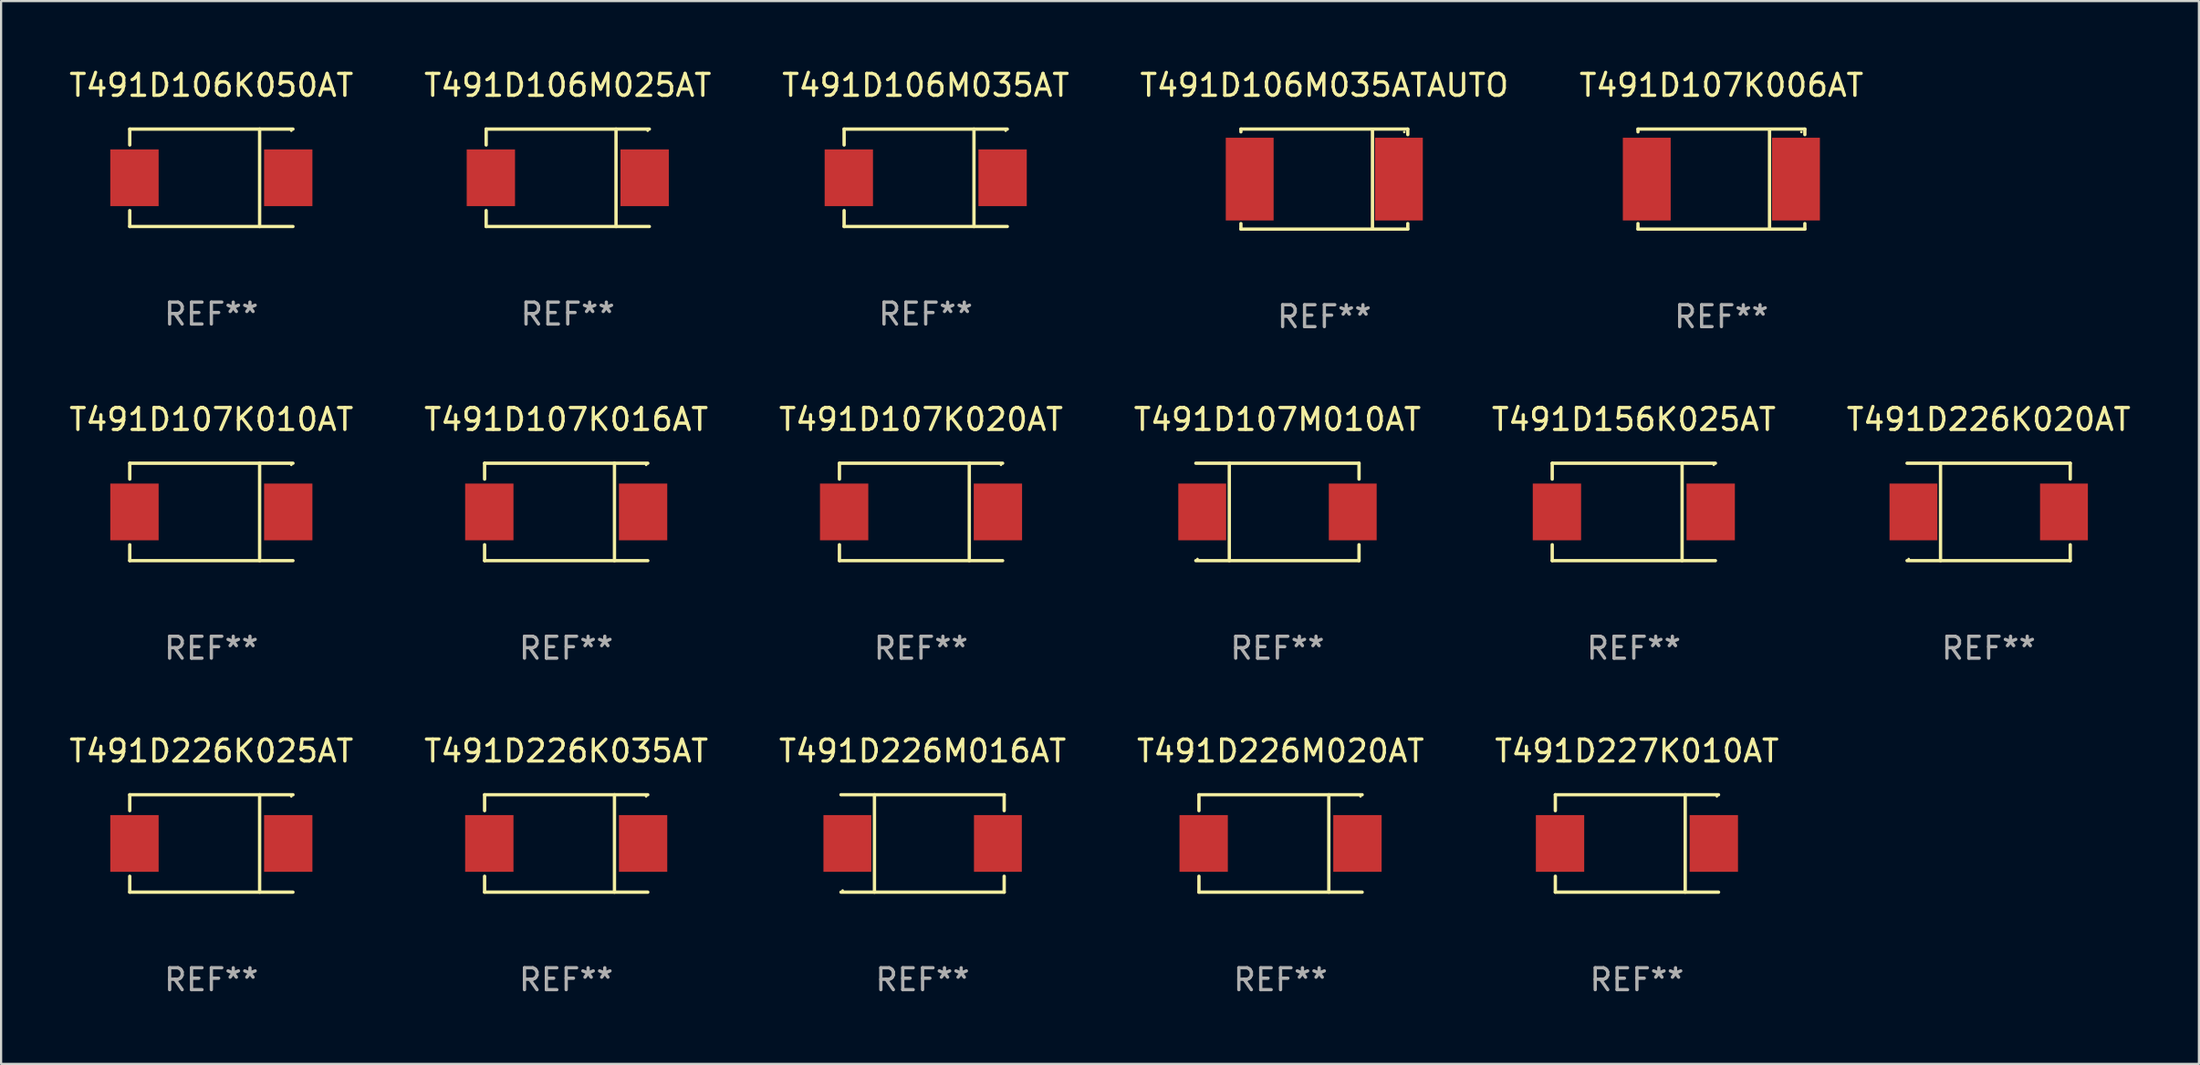
<source format=kicad_pcb>
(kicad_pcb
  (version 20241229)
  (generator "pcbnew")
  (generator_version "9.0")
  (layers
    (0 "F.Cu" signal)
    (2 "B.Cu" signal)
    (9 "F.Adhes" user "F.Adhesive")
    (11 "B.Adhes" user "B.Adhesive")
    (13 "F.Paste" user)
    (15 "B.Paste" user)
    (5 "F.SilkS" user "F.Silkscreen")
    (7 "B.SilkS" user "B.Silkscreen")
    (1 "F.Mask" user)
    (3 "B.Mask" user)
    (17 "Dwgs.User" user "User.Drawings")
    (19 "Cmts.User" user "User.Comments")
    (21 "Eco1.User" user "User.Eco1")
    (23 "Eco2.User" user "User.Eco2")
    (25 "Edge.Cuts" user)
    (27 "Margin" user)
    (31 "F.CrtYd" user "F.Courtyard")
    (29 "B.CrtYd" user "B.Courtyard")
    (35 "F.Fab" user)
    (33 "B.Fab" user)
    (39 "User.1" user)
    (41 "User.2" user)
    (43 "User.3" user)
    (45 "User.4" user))
  (footprint "T491D106M025AT"
    (layer "F.Cu")
    (at 22.875 5.074)
    (property "Reference" "T491D106M025AT" (at 0 -4.226 0) (layer "F.SilkS") (effects (font (size 1 1) (thickness 0.15))))
    (attr through_hole)
    (fp_line (start -3.726 -2.226) (end -3.726 -1.499) (stroke (width 0.152) (type solid)) (layer "F.SilkS"))
    (fp_line (start -3.726 -2.226) (end 3.726 -2.226) (stroke (width 0.152) (type solid)) (layer "F.SilkS"))
    (fp_line (start -3.726 2.226) (end -3.726 1.499) (stroke (width 0.152) (type solid)) (layer "F.SilkS"))
    (fp_line (start -3.726 2.226) (end 3.726 2.226) (stroke (width 0.152) (type solid)) (layer "F.SilkS"))
    (fp_line (start 2.204 -2.226) (end 2.204 2.226) (stroke (width 0.152) (type solid)) (layer "F.SilkS"))
    (fp_circle (center 3.65 -2.15) (end 3.68 -2.15) (stroke (width 0.06) (type solid)) (fill no) (layer "F.SilkS"))
    (fp_text user "REF**" (at 0 6.226 0) (layer "F.Fab") (effects (font (size 1 1) (thickness 0.15))))
    (pad "1" smd rect (at 3.511 0) (size 2.207 2.592) (layers "F.Cu" "F.Mask" "F.Paste"))
    (pad "2" smd rect (at -3.511 0) (size 2.207 2.592) (layers "F.Cu" "F.Mask" "F.Paste")))
  (footprint "T491D226K035AT"
    (layer "F.Cu")
    (at 22.804 35.492)
    (property "Reference" "T491D226K035AT" (at 0 -4.226 0) (layer "F.SilkS") (effects (font (size 1 1) (thickness 0.15))))
    (attr through_hole)
    (fp_line (start -3.726 -2.226) (end -3.726 -1.499) (stroke (width 0.152) (type solid)) (layer "F.SilkS"))
    (fp_line (start -3.726 -2.226) (end 3.726 -2.226) (stroke (width 0.152) (type solid)) (layer "F.SilkS"))
    (fp_line (start -3.726 2.226) (end -3.726 1.499) (stroke (width 0.152) (type solid)) (layer "F.SilkS"))
    (fp_line (start -3.726 2.226) (end 3.726 2.226) (stroke (width 0.152) (type solid)) (layer "F.SilkS"))
    (fp_line (start 2.204 -2.226) (end 2.204 2.226) (stroke (width 0.152) (type solid)) (layer "F.SilkS"))
    (fp_circle (center 3.65 -2.15) (end 3.68 -2.15) (stroke (width 0.06) (type solid)) (fill no) (layer "F.SilkS"))
    (fp_text user "REF**" (at 0 6.226 0) (layer "F.Fab") (effects (font (size 1 1) (thickness 0.15))))
    (pad "1" smd rect (at 3.511 0) (size 2.207 2.592) (layers "F.Cu" "F.Mask" "F.Paste"))
    (pad "2" smd rect (at -3.511 0) (size 2.207 2.592) (layers "F.Cu" "F.Mask" "F.Paste")))
  (footprint "T491D106M035ATAUTO"
    (layer "F.Cu")
    (at 57.423 5.134)
    (property "Reference" "T491D106M035ATAUTO" (at 0 -4.286 0) (layer "F.SilkS") (effects (font (size 1 1) (thickness 0.15))))
    (attr through_hole)
    (fp_line (start -3.81 -2.286) (end -3.81 -2.159) (stroke (width 0.15) (type solid)) (layer "F.SilkS"))
    (fp_line (start -3.81 2.032) (end -3.81 2.286) (stroke (width 0.15) (type solid)) (layer "F.SilkS"))
    (fp_line (start -3.81 2.286) (end 3.81 2.286) (stroke (width 0.15) (type solid)) (layer "F.SilkS"))
    (fp_line (start 2.197 -2.226) (end 2.197 2.226) (stroke (width 0.152) (type solid)) (layer "F.SilkS"))
    (fp_line (start 3.81 -2.286) (end -3.81 -2.286) (stroke (width 0.15) (type solid)) (layer "F.SilkS"))
    (fp_line (start 3.81 -2.032) (end 3.81 -2.286) (stroke (width 0.15) (type solid)) (layer "F.SilkS"))
    (fp_line (start 3.81 2.286) (end 3.81 2.032) (stroke (width 0.15) (type solid)) (layer "F.SilkS"))
    (fp_circle (center 3.65 -2.15) (end 3.68 -2.15) (stroke (width 0.06) (type solid)) (fill no) (layer "F.SilkS"))
    (fp_text user "REF**" (at 0 6.286 0) (layer "F.Fab") (effects (font (size 1 1) (thickness 0.15))))
    (pad "1" smd rect (at 3.404 0 180) (size 2.185 3.78) (layers "F.Cu" "F.Mask" "F.Paste"))
    (pad "2" smd rect (at -3.409 0 180) (size 2.185 3.78) (layers "F.Cu" "F.Mask" "F.Paste")))
  (footprint "T491D106K050AT"
    (layer "F.Cu")
    (at 6.601 5.074)
    (property "Reference" "T491D106K050AT" (at 0 -4.226 0) (layer "F.SilkS") (effects (font (size 1 1) (thickness 0.15))))
    (attr through_hole)
    (fp_line (start -3.726 -2.226) (end -3.726 -1.499) (stroke (width 0.152) (type solid)) (layer "F.SilkS"))
    (fp_line (start -3.726 -2.226) (end 3.726 -2.226) (stroke (width 0.152) (type solid)) (layer "F.SilkS"))
    (fp_line (start -3.726 2.226) (end -3.726 1.499) (stroke (width 0.152) (type solid)) (layer "F.SilkS"))
    (fp_line (start -3.726 2.226) (end 3.726 2.226) (stroke (width 0.152) (type solid)) (layer "F.SilkS"))
    (fp_line (start 2.204 -2.226) (end 2.204 2.226) (stroke (width 0.152) (type solid)) (layer "F.SilkS"))
    (fp_circle (center 3.65 -2.15) (end 3.68 -2.15) (stroke (width 0.06) (type solid)) (fill no) (layer "F.SilkS"))
    (fp_text user "REF**" (at 0 6.226 0) (layer "F.Fab") (effects (font (size 1 1) (thickness 0.15))))
    (pad "1" smd rect (at 3.511 0) (size 2.207 2.592) (layers "F.Cu" "F.Mask" "F.Paste"))
    (pad "2" smd rect (at -3.511 0) (size 2.207 2.592) (layers "F.Cu" "F.Mask" "F.Paste")))
  (footprint "T491D107M010AT"
    (layer "F.Cu")
    (at 55.28 20.343)
    (property "Reference" "T491D107M010AT" (at 0 -4.226 0) (layer "F.SilkS") (effects (font (size 1 1) (thickness 0.15))))
    (attr through_hole)
    (fp_line (start -3.726 -2.226) (end 3.726 -2.226) (stroke (width 0.152) (type solid)) (layer "F.SilkS"))
    (fp_line (start -3.726 2.226) (end 3.726 2.226) (stroke (width 0.152) (type solid)) (layer "F.SilkS"))
    (fp_line (start -2.197 -2.226) (end -2.197 2.226) (stroke (width 0.152) (type solid)) (layer "F.SilkS"))
    (fp_line (start 3.726 -2.226) (end 3.726 -1.499) (stroke (width 0.152) (type solid)) (layer "F.SilkS"))
    (fp_line (start 3.726 2.226) (end 3.726 1.499) (stroke (width 0.152) (type solid)) (layer "F.SilkS"))
    (fp_circle (center -3.65 2.15) (end -3.62 2.15) (stroke (width 0.06) (type solid)) (fill no) (layer "F.SilkS"))
    (fp_text user "REF**" (at 0 6.226 0) (layer "F.Fab") (effects (font (size 1 1) (thickness 0.15))))
    (pad "1" smd rect (at -3.434 0 180) (size 2.185 2.592) (layers "F.Cu" "F.Mask" "F.Paste"))
    (pad "2" smd rect (at 3.439 0 180) (size 2.185 2.592) (layers "F.Cu" "F.Mask" "F.Paste")))
  (footprint "T491D226M016AT"
    (layer "F.Cu")
    (at 39.077 35.492)
    (property "Reference" "T491D226M016AT" (at 0 -4.226 0) (layer "F.SilkS") (effects (font (size 1 1) (thickness 0.15))))
    (attr through_hole)
    (fp_line (start -3.726 -2.226) (end 3.726 -2.226) (stroke (width 0.152) (type solid)) (layer "F.SilkS"))
    (fp_line (start -3.726 2.226) (end 3.726 2.226) (stroke (width 0.152) (type solid)) (layer "F.SilkS"))
    (fp_line (start -2.197 -2.226) (end -2.197 2.226) (stroke (width 0.152) (type solid)) (layer "F.SilkS"))
    (fp_line (start 3.726 -2.226) (end 3.726 -1.499) (stroke (width 0.152) (type solid)) (layer "F.SilkS"))
    (fp_line (start 3.726 2.226) (end 3.726 1.499) (stroke (width 0.152) (type solid)) (layer "F.SilkS"))
    (fp_circle (center -3.65 2.15) (end -3.62 2.15) (stroke (width 0.06) (type solid)) (fill no) (layer "F.SilkS"))
    (fp_text user "REF**" (at 0 6.226 0) (layer "F.Fab") (effects (font (size 1 1) (thickness 0.15))))
    (pad "1" smd rect (at -3.434 0 180) (size 2.185 2.592) (layers "F.Cu" "F.Mask" "F.Paste"))
    (pad "2" smd rect (at 3.439 0 180) (size 2.185 2.592) (layers "F.Cu" "F.Mask" "F.Paste")))
  (footprint "T491D107K020AT"
    (layer "F.Cu")
    (at 39.006 20.343)
    (property "Reference" "T491D107K020AT" (at 0 -4.226 0) (layer "F.SilkS") (effects (font (size 1 1) (thickness 0.15))))
    (attr through_hole)
    (fp_line (start -3.726 -2.226) (end -3.726 -1.499) (stroke (width 0.152) (type solid)) (layer "F.SilkS"))
    (fp_line (start -3.726 -2.226) (end 3.726 -2.226) (stroke (width 0.152) (type solid)) (layer "F.SilkS"))
    (fp_line (start -3.726 2.226) (end -3.726 1.499) (stroke (width 0.152) (type solid)) (layer "F.SilkS"))
    (fp_line (start -3.726 2.226) (end 3.726 2.226) (stroke (width 0.152) (type solid)) (layer "F.SilkS"))
    (fp_line (start 2.204 -2.226) (end 2.204 2.226) (stroke (width 0.152) (type solid)) (layer "F.SilkS"))
    (fp_circle (center 3.65 -2.15) (end 3.68 -2.15) (stroke (width 0.06) (type solid)) (fill no) (layer "F.SilkS"))
    (fp_text user "REF**" (at 0 6.226 0) (layer "F.Fab") (effects (font (size 1 1) (thickness 0.15))))
    (pad "1" smd rect (at 3.511 0) (size 2.207 2.592) (layers "F.Cu" "F.Mask" "F.Paste"))
    (pad "2" smd rect (at -3.511 0) (size 2.207 2.592) (layers "F.Cu" "F.Mask" "F.Paste")))
  (footprint "T491D107K010AT"
    (layer "F.Cu")
    (at 6.601 20.343)
    (property "Reference" "T491D107K010AT" (at 0 -4.226 0) (layer "F.SilkS") (effects (font (size 1 1) (thickness 0.15))))
    (attr through_hole)
    (fp_line (start -3.726 -2.226) (end -3.726 -1.499) (stroke (width 0.152) (type solid)) (layer "F.SilkS"))
    (fp_line (start -3.726 -2.226) (end 3.726 -2.226) (stroke (width 0.152) (type solid)) (layer "F.SilkS"))
    (fp_line (start -3.726 2.226) (end -3.726 1.499) (stroke (width 0.152) (type solid)) (layer "F.SilkS"))
    (fp_line (start -3.726 2.226) (end 3.726 2.226) (stroke (width 0.152) (type solid)) (layer "F.SilkS"))
    (fp_line (start 2.204 -2.226) (end 2.204 2.226) (stroke (width 0.152) (type solid)) (layer "F.SilkS"))
    (fp_circle (center 3.65 -2.15) (end 3.68 -2.15) (stroke (width 0.06) (type solid)) (fill no) (layer "F.SilkS"))
    (fp_text user "REF**" (at 0 6.226 0) (layer "F.Fab") (effects (font (size 1 1) (thickness 0.15))))
    (pad "1" smd rect (at 3.511 0) (size 2.207 2.592) (layers "F.Cu" "F.Mask" "F.Paste"))
    (pad "2" smd rect (at -3.511 0) (size 2.207 2.592) (layers "F.Cu" "F.Mask" "F.Paste")))
  (footprint "T491D226M020AT"
    (layer "F.Cu")
    (at 55.423 35.492)
    (property "Reference" "T491D226M020AT" (at 0 -4.226 0) (layer "F.SilkS") (effects (font (size 1 1) (thickness 0.15))))
    (attr through_hole)
    (fp_line (start -3.726 -2.226) (end -3.726 -1.499) (stroke (width 0.152) (type solid)) (layer "F.SilkS"))
    (fp_line (start -3.726 -2.226) (end 3.726 -2.226) (stroke (width 0.152) (type solid)) (layer "F.SilkS"))
    (fp_line (start -3.726 2.226) (end -3.726 1.499) (stroke (width 0.152) (type solid)) (layer "F.SilkS"))
    (fp_line (start -3.726 2.226) (end 3.726 2.226) (stroke (width 0.152) (type solid)) (layer "F.SilkS"))
    (fp_line (start 2.204 -2.226) (end 2.204 2.226) (stroke (width 0.152) (type solid)) (layer "F.SilkS"))
    (fp_circle (center 3.65 -2.15) (end 3.68 -2.15) (stroke (width 0.06) (type solid)) (fill no) (layer "F.SilkS"))
    (fp_text user "REF**" (at 0 6.226 0) (layer "F.Fab") (effects (font (size 1 1) (thickness 0.15))))
    (pad "1" smd rect (at 3.511 0) (size 2.207 2.592) (layers "F.Cu" "F.Mask" "F.Paste"))
    (pad "2" smd rect (at -3.511 0) (size 2.207 2.592) (layers "F.Cu" "F.Mask" "F.Paste")))
  (footprint "T491D226K025AT"
    (layer "F.Cu")
    (at 6.601 35.492)
    (property "Reference" "T491D226K025AT" (at 0 -4.226 0) (layer "F.SilkS") (effects (font (size 1 1) (thickness 0.15))))
    (attr through_hole)
    (fp_line (start -3.726 -2.226) (end -3.726 -1.499) (stroke (width 0.152) (type solid)) (layer "F.SilkS"))
    (fp_line (start -3.726 -2.226) (end 3.726 -2.226) (stroke (width 0.152) (type solid)) (layer "F.SilkS"))
    (fp_line (start -3.726 2.226) (end -3.726 1.499) (stroke (width 0.152) (type solid)) (layer "F.SilkS"))
    (fp_line (start -3.726 2.226) (end 3.726 2.226) (stroke (width 0.152) (type solid)) (layer "F.SilkS"))
    (fp_line (start 2.204 -2.226) (end 2.204 2.226) (stroke (width 0.152) (type solid)) (layer "F.SilkS"))
    (fp_circle (center 3.65 -2.15) (end 3.68 -2.15) (stroke (width 0.06) (type solid)) (fill no) (layer "F.SilkS"))
    (fp_text user "REF**" (at 0 6.226 0) (layer "F.Fab") (effects (font (size 1 1) (thickness 0.15))))
    (pad "1" smd rect (at 3.511 0) (size 2.207 2.592) (layers "F.Cu" "F.Mask" "F.Paste"))
    (pad "2" smd rect (at -3.511 0) (size 2.207 2.592) (layers "F.Cu" "F.Mask" "F.Paste")))
  (footprint "T491D107K016AT"
    (layer "F.Cu")
    (at 22.804 20.343)
    (property "Reference" "T491D107K016AT" (at 0 -4.226 0) (layer "F.SilkS") (effects (font (size 1 1) (thickness 0.15))))
    (attr through_hole)
    (fp_line (start -3.726 -2.226) (end -3.726 -1.499) (stroke (width 0.152) (type solid)) (layer "F.SilkS"))
    (fp_line (start -3.726 -2.226) (end 3.726 -2.226) (stroke (width 0.152) (type solid)) (layer "F.SilkS"))
    (fp_line (start -3.726 2.226) (end -3.726 1.499) (stroke (width 0.152) (type solid)) (layer "F.SilkS"))
    (fp_line (start -3.726 2.226) (end 3.726 2.226) (stroke (width 0.152) (type solid)) (layer "F.SilkS"))
    (fp_line (start 2.204 -2.226) (end 2.204 2.226) (stroke (width 0.152) (type solid)) (layer "F.SilkS"))
    (fp_circle (center 3.65 -2.15) (end 3.68 -2.15) (stroke (width 0.06) (type solid)) (fill no) (layer "F.SilkS"))
    (fp_text user "REF**" (at 0 6.226 0) (layer "F.Fab") (effects (font (size 1 1) (thickness 0.15))))
    (pad "1" smd rect (at 3.511 0) (size 2.207 2.592) (layers "F.Cu" "F.Mask" "F.Paste"))
    (pad "2" smd rect (at -3.511 0) (size 2.207 2.592) (layers "F.Cu" "F.Mask" "F.Paste")))
  (footprint "T491D227K010AT"
    (layer "F.Cu")
    (at 71.696 35.492)
    (property "Reference" "T491D227K010AT" (at 0 -4.226 0) (layer "F.SilkS") (effects (font (size 1 1) (thickness 0.15))))
    (attr through_hole)
    (fp_line (start -3.726 -2.226) (end -3.726 -1.499) (stroke (width 0.152) (type solid)) (layer "F.SilkS"))
    (fp_line (start -3.726 -2.226) (end 3.726 -2.226) (stroke (width 0.152) (type solid)) (layer "F.SilkS"))
    (fp_line (start -3.726 2.226) (end -3.726 1.499) (stroke (width 0.152) (type solid)) (layer "F.SilkS"))
    (fp_line (start -3.726 2.226) (end 3.726 2.226) (stroke (width 0.152) (type solid)) (layer "F.SilkS"))
    (fp_line (start 2.204 -2.226) (end 2.204 2.226) (stroke (width 0.152) (type solid)) (layer "F.SilkS"))
    (fp_circle (center 3.65 -2.15) (end 3.68 -2.15) (stroke (width 0.06) (type solid)) (fill no) (layer "F.SilkS"))
    (fp_text user "REF**" (at 0 6.226 0) (layer "F.Fab") (effects (font (size 1 1) (thickness 0.15))))
    (pad "1" smd rect (at 3.511 0) (size 2.207 2.592) (layers "F.Cu" "F.Mask" "F.Paste"))
    (pad "2" smd rect (at -3.511 0) (size 2.207 2.592) (layers "F.Cu" "F.Mask" "F.Paste")))
  (footprint "T491D226K020AT"
    (layer "F.Cu")
    (at 87.756 20.343)
    (property "Reference" "T491D226K020AT" (at 0 -4.226 0) (layer "F.SilkS") (effects (font (size 1 1) (thickness 0.15))))
    (attr through_hole)
    (fp_line (start -3.726 -2.226) (end 3.726 -2.226) (stroke (width 0.152) (type solid)) (layer "F.SilkS"))
    (fp_line (start -3.726 2.226) (end 3.726 2.226) (stroke (width 0.152) (type solid)) (layer "F.SilkS"))
    (fp_line (start -2.197 -2.226) (end -2.197 2.226) (stroke (width 0.152) (type solid)) (layer "F.SilkS"))
    (fp_line (start 3.726 -2.226) (end 3.726 -1.499) (stroke (width 0.152) (type solid)) (layer "F.SilkS"))
    (fp_line (start 3.726 2.226) (end 3.726 1.499) (stroke (width 0.152) (type solid)) (layer "F.SilkS"))
    (fp_circle (center -3.65 2.15) (end -3.62 2.15) (stroke (width 0.06) (type solid)) (fill no) (layer "F.SilkS"))
    (fp_text user "REF**" (at 0 6.226 0) (layer "F.Fab") (effects (font (size 1 1) (thickness 0.15))))
    (pad "1" smd rect (at -3.434 0 180) (size 2.185 2.592) (layers "F.Cu" "F.Mask" "F.Paste"))
    (pad "2" smd rect (at 3.439 0 180) (size 2.185 2.592) (layers "F.Cu" "F.Mask" "F.Paste")))
  (footprint "T491D156K025AT"
    (layer "F.Cu")
    (at 71.554 20.343)
    (property "Reference" "T491D156K025AT" (at 0 -4.226 0) (layer "F.SilkS") (effects (font (size 1 1) (thickness 0.15))))
    (attr through_hole)
    (fp_line (start -3.726 -2.226) (end -3.726 -1.499) (stroke (width 0.152) (type solid)) (layer "F.SilkS"))
    (fp_line (start -3.726 -2.226) (end 3.726 -2.226) (stroke (width 0.152) (type solid)) (layer "F.SilkS"))
    (fp_line (start -3.726 2.226) (end -3.726 1.499) (stroke (width 0.152) (type solid)) (layer "F.SilkS"))
    (fp_line (start -3.726 2.226) (end 3.726 2.226) (stroke (width 0.152) (type solid)) (layer "F.SilkS"))
    (fp_line (start 2.204 -2.226) (end 2.204 2.226) (stroke (width 0.152) (type solid)) (layer "F.SilkS"))
    (fp_circle (center 3.65 -2.15) (end 3.68 -2.15) (stroke (width 0.06) (type solid)) (fill no) (layer "F.SilkS"))
    (fp_text user "REF**" (at 0 6.226 0) (layer "F.Fab") (effects (font (size 1 1) (thickness 0.15))))
    (pad "1" smd rect (at 3.511 0) (size 2.207 2.592) (layers "F.Cu" "F.Mask" "F.Paste"))
    (pad "2" smd rect (at -3.511 0) (size 2.207 2.592) (layers "F.Cu" "F.Mask" "F.Paste")))
  (footprint "T491D107K006AT"
    (layer "F.Cu")
    (at 75.554 5.134)
    (property "Reference" "T491D107K006AT" (at 0 -4.286 0) (layer "F.SilkS") (effects (font (size 1 1) (thickness 0.15))))
    (attr through_hole)
    (fp_line (start -3.81 -2.286) (end -3.81 -2.159) (stroke (width 0.15) (type solid)) (layer "F.SilkS"))
    (fp_line (start -3.81 2.032) (end -3.81 2.286) (stroke (width 0.15) (type solid)) (layer "F.SilkS"))
    (fp_line (start -3.81 2.286) (end 3.81 2.286) (stroke (width 0.15) (type solid)) (layer "F.SilkS"))
    (fp_line (start 2.197 -2.226) (end 2.197 2.226) (stroke (width 0.152) (type solid)) (layer "F.SilkS"))
    (fp_line (start 3.81 -2.286) (end -3.81 -2.286) (stroke (width 0.15) (type solid)) (layer "F.SilkS"))
    (fp_line (start 3.81 -2.032) (end 3.81 -2.286) (stroke (width 0.15) (type solid)) (layer "F.SilkS"))
    (fp_line (start 3.81 2.286) (end 3.81 2.032) (stroke (width 0.15) (type solid)) (layer "F.SilkS"))
    (fp_circle (center 3.65 -2.15) (end 3.68 -2.15) (stroke (width 0.06) (type solid)) (fill no) (layer "F.SilkS"))
    (fp_text user "REF**" (at 0 6.286 0) (layer "F.Fab") (effects (font (size 1 1) (thickness 0.15))))
    (pad "1" smd rect (at 3.404 0 180) (size 2.185 3.78) (layers "F.Cu" "F.Mask" "F.Paste"))
    (pad "2" smd rect (at -3.409 0 180) (size 2.185 3.78) (layers "F.Cu" "F.Mask" "F.Paste")))
  (footprint "T491D106M035AT"
    (layer "F.Cu")
    (at 39.22 5.074)
    (property "Reference" "T491D106M035AT" (at 0 -4.226 0) (layer "F.SilkS") (effects (font (size 1 1) (thickness 0.15))))
    (attr through_hole)
    (fp_line (start -3.726 -2.226) (end -3.726 -1.499) (stroke (width 0.152) (type solid)) (layer "F.SilkS"))
    (fp_line (start -3.726 -2.226) (end 3.726 -2.226) (stroke (width 0.152) (type solid)) (layer "F.SilkS"))
    (fp_line (start -3.726 2.226) (end -3.726 1.499) (stroke (width 0.152) (type solid)) (layer "F.SilkS"))
    (fp_line (start -3.726 2.226) (end 3.726 2.226) (stroke (width 0.152) (type solid)) (layer "F.SilkS"))
    (fp_line (start 2.204 -2.226) (end 2.204 2.226) (stroke (width 0.152) (type solid)) (layer "F.SilkS"))
    (fp_circle (center 3.65 -2.15) (end 3.68 -2.15) (stroke (width 0.06) (type solid)) (fill no) (layer "F.SilkS"))
    (fp_text user "REF**" (at 0 6.226 0) (layer "F.Fab") (effects (font (size 1 1) (thickness 0.15))))
    (pad "1" smd rect (at 3.511 0) (size 2.207 2.592) (layers "F.Cu" "F.Mask" "F.Paste"))
    (pad "2" smd rect (at -3.511 0) (size 2.207 2.592) (layers "F.Cu" "F.Mask" "F.Paste")))
  (gr_rect
    (start -3 -3)
    (end 97.357 45.566)
    (stroke (width 0.1) (type default))
    (fill no)
    (layer "Edge.Cuts")))
</source>
